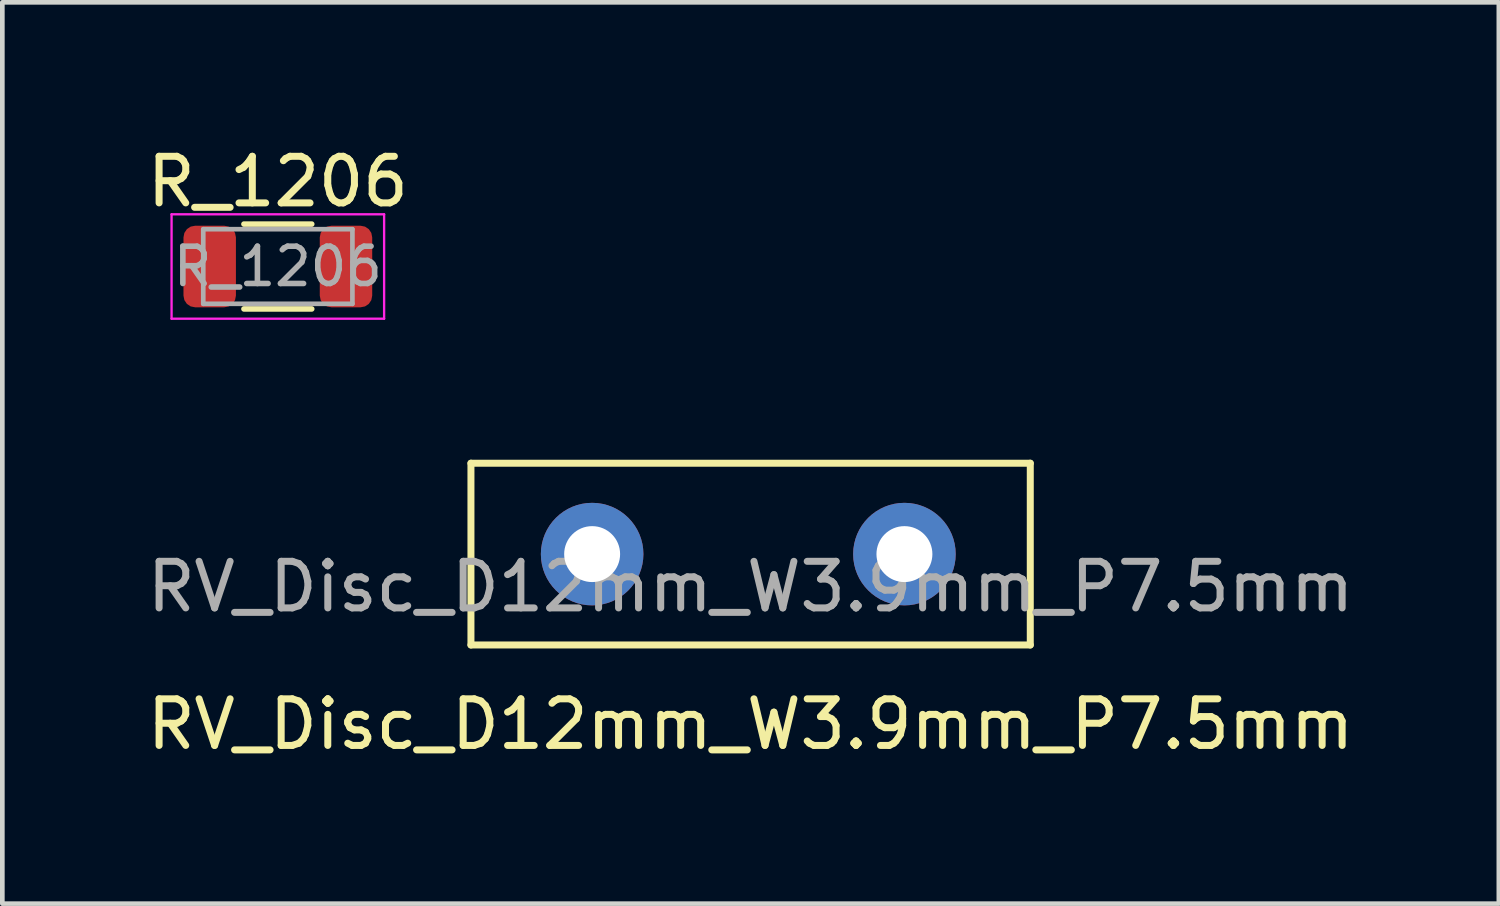
<source format=kicad_pcb>
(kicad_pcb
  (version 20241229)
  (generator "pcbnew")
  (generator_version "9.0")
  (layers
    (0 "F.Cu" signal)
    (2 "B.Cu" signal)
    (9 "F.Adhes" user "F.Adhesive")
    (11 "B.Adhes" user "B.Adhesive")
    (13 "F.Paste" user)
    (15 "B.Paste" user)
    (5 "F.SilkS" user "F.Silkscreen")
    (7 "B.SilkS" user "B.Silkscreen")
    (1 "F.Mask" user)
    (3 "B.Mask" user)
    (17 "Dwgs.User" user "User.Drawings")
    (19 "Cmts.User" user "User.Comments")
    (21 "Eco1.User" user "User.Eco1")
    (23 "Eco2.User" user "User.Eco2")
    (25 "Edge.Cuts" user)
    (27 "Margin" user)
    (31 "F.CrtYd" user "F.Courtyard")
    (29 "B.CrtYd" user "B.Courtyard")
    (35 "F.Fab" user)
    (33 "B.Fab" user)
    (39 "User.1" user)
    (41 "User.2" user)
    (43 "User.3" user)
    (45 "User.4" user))
  (footprint "R_1206"
    (layer "F.Cu")
    (at 2.911 2.668)
    (property "Reference" "R_1206" (at 0 -1.82 0) (layer "F.SilkS") (effects (font (size 1 1) (thickness 0.15))))
    (attr smd)
    (fp_line (start -0.727 -0.91) (end 0.727 -0.91) (stroke (width 0.12) (type solid)) (layer "F.SilkS"))
    (fp_line (start -0.727 0.91) (end 0.727 0.91) (stroke (width 0.12) (type solid)) (layer "F.SilkS"))
    (fp_line (start -2.28 -1.12) (end 2.28 -1.12) (stroke (width 0.05) (type solid)) (layer "F.CrtYd"))
    (fp_line (start -2.28 1.12) (end -2.28 -1.12) (stroke (width 0.05) (type solid)) (layer "F.CrtYd"))
    (fp_line (start 2.28 -1.12) (end 2.28 1.12) (stroke (width 0.05) (type solid)) (layer "F.CrtYd"))
    (fp_line (start 2.28 1.12) (end -2.28 1.12) (stroke (width 0.05) (type solid)) (layer "F.CrtYd"))
    (fp_line (start -1.6 -0.8) (end 1.6 -0.8) (stroke (width 0.1) (type solid)) (layer "F.Fab"))
    (fp_line (start -1.6 0.8) (end -1.6 -0.8) (stroke (width 0.1) (type solid)) (layer "F.Fab"))
    (fp_line (start 1.6 -0.8) (end 1.6 0.8) (stroke (width 0.1) (type solid)) (layer "F.Fab"))
    (fp_line (start 1.6 0.8) (end -1.6 0.8) (stroke (width 0.1) (type solid)) (layer "F.Fab"))
    (fp_text user "${REFERENCE}" (at 0 0 0) (layer "F.Fab") (effects (font (size 0.8 0.8) (thickness 0.12))))
    (pad "1" smd roundrect (at -1.462 0) (size 1.125 1.75) (layers "F.Cu" "F.Mask" "F.Paste") (roundrect_rratio 0.222))
    (pad "2" smd roundrect (at 1.462 0) (size 1.125 1.75) (layers "F.Cu" "F.Mask" "F.Paste") (roundrect_rratio 0.222)))
  (footprint "RV_Disc_D12mm_W3.9mm_P7.5mm"
    (layer "F.Cu")
    (at 13.054 8.838)
    (property "Reference" "RV_Disc_D12mm_W3.9mm_P7.5mm" (at 0 3.65 0) (layer "F.SilkS") (effects (font (size 1 1) (thickness 0.15))))
    (attr through_hole)
    (fp_line (start -6 -1.95) (end -6 1.95) (stroke (width 0.15) (type solid)) (layer "F.SilkS"))
    (fp_line (start -6 -1.95) (end 6 -1.95) (stroke (width 0.15) (type solid)) (layer "F.SilkS"))
    (fp_line (start -6 1.95) (end 6 1.95) (stroke (width 0.15) (type solid)) (layer "F.SilkS"))
    (fp_line (start 6 -1.95) (end 6 1.95) (stroke (width 0.15) (type solid)) (layer "F.SilkS"))
    (fp_text user "${REFERENCE}" (at 0 0.7 0) (layer "F.Fab") (effects (font (size 1 1) (thickness 0.15))))
    (pad "1" thru_hole circle (at -3.4 0) (size 2.2 2.2) (drill 1.2) (layers "*.Cu" "*.Mask"))
    (pad "2" thru_hole circle (at 3.3 0) (size 2.2 2.2) (drill 1.2) (layers "*.Cu" "*.Mask")))
  (gr_rect
    (start -3 -3)
    (end 29.107 16.337)
    (stroke (width 0.1) (type default))
    (fill no)
    (layer "Edge.Cuts")))
</source>
